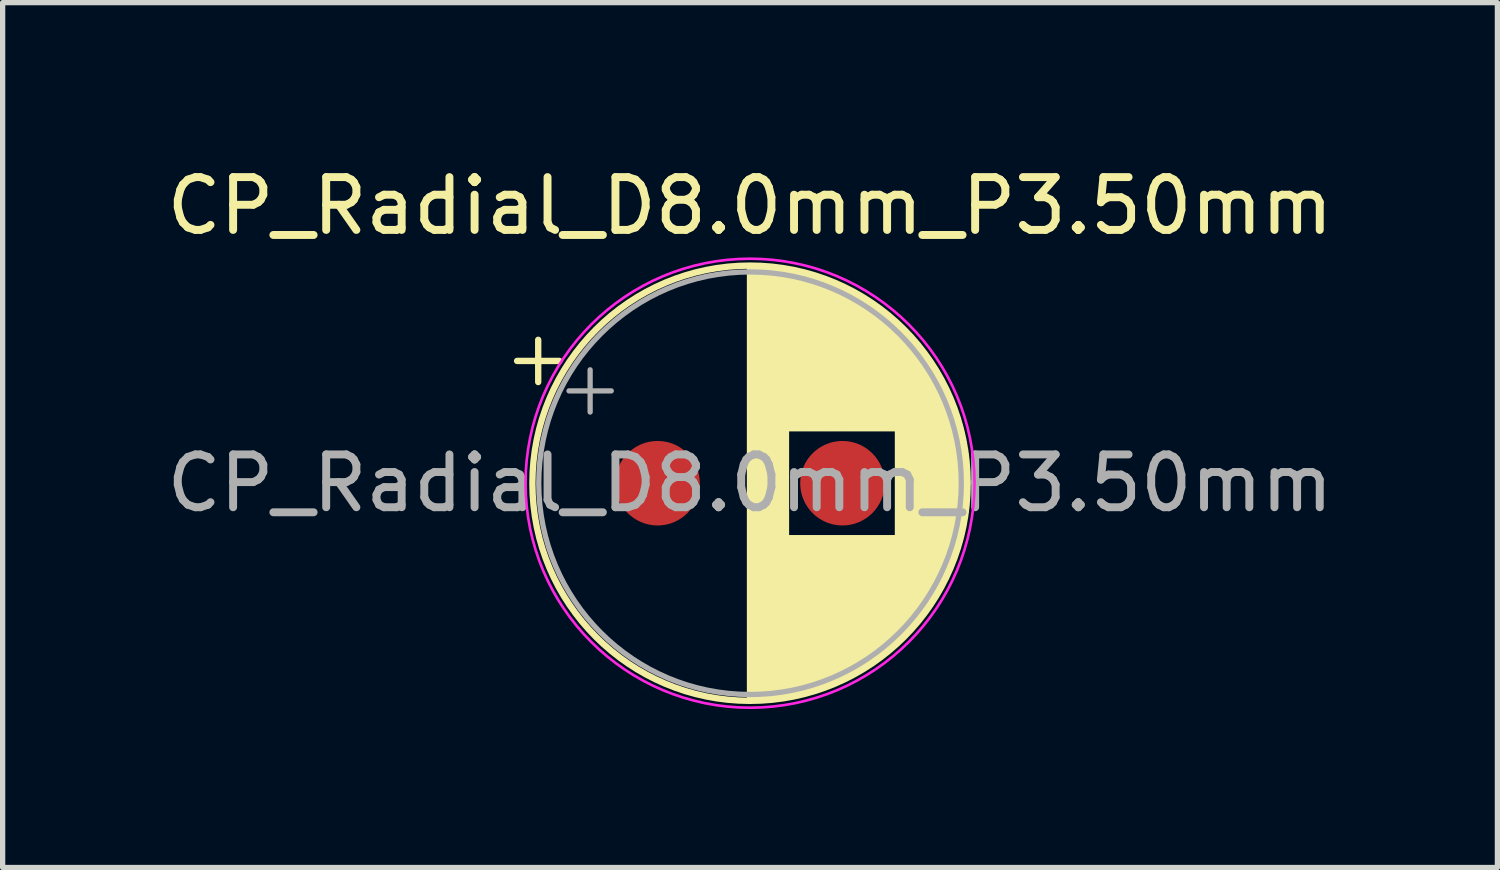
<source format=kicad_pcb>
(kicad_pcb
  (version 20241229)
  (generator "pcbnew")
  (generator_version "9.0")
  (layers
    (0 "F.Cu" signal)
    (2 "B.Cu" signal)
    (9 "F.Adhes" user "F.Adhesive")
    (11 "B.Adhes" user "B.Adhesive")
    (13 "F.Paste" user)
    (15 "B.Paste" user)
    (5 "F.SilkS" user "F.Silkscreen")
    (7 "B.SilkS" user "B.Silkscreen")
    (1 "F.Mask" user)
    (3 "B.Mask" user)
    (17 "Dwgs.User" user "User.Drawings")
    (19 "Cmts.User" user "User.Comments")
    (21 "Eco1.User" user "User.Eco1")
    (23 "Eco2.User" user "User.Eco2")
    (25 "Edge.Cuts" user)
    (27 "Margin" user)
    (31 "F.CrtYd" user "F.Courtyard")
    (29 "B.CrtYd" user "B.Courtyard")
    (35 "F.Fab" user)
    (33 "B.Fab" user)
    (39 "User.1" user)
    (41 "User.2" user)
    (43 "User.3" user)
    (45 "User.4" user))
  (footprint "CP_Radial_D8.0mm_P3.50mm"
    (layer "F.Cu")
    (at 9.399 6.098)
    (property "Reference" "CP_Radial_D8.0mm_P3.50mm" (at 1.75 -5.25 0) (layer "F.SilkS") (effects (font (size 1 1) (thickness 0.15))))
    (attr through_hole)
    (fp_line (start -2.66 -2.315) (end -1.86 -2.315) (stroke (width 0.12) (type solid)) (layer "F.SilkS"))
    (fp_line (start -2.26 -2.715) (end -2.26 -1.915) (stroke (width 0.12) (type solid)) (layer "F.SilkS"))
    (fp_line (start 1.75 -4.08) (end 1.75 4.08) (stroke (width 0.12) (type solid)) (layer "F.SilkS"))
    (fp_line (start 1.79 -4.08) (end 1.79 4.08) (stroke (width 0.12) (type solid)) (layer "F.SilkS"))
    (fp_line (start 1.83 -4.08) (end 1.83 4.08) (stroke (width 0.12) (type solid)) (layer "F.SilkS"))
    (fp_line (start 1.87 -4.079) (end 1.87 4.079) (stroke (width 0.12) (type solid)) (layer "F.SilkS"))
    (fp_line (start 1.91 -4.077) (end 1.91 4.077) (stroke (width 0.12) (type solid)) (layer "F.SilkS"))
    (fp_line (start 1.95 -4.076) (end 1.95 4.076) (stroke (width 0.12) (type solid)) (layer "F.SilkS"))
    (fp_line (start 1.99 -4.074) (end 1.99 4.074) (stroke (width 0.12) (type solid)) (layer "F.SilkS"))
    (fp_line (start 2.03 -4.071) (end 2.03 4.071) (stroke (width 0.12) (type solid)) (layer "F.SilkS"))
    (fp_line (start 2.07 -4.068) (end 2.07 4.068) (stroke (width 0.12) (type solid)) (layer "F.SilkS"))
    (fp_line (start 2.11 -4.065) (end 2.11 4.065) (stroke (width 0.12) (type solid)) (layer "F.SilkS"))
    (fp_line (start 2.15 -4.061) (end 2.15 4.061) (stroke (width 0.12) (type solid)) (layer "F.SilkS"))
    (fp_line (start 2.19 -4.057) (end 2.19 4.057) (stroke (width 0.12) (type solid)) (layer "F.SilkS"))
    (fp_line (start 2.23 -4.052) (end 2.23 4.052) (stroke (width 0.12) (type solid)) (layer "F.SilkS"))
    (fp_line (start 2.27 -4.048) (end 2.27 4.048) (stroke (width 0.12) (type solid)) (layer "F.SilkS"))
    (fp_line (start 2.31 -4.042) (end 2.31 4.042) (stroke (width 0.12) (type solid)) (layer "F.SilkS"))
    (fp_line (start 2.35 -4.037) (end 2.35 4.037) (stroke (width 0.12) (type solid)) (layer "F.SilkS"))
    (fp_line (start 2.39 -4.03) (end 2.39 4.03) (stroke (width 0.12) (type solid)) (layer "F.SilkS"))
    (fp_line (start 2.43 -4.024) (end 2.43 4.024) (stroke (width 0.12) (type solid)) (layer "F.SilkS"))
    (fp_line (start 2.471 -4.017) (end 2.471 -1.04) (stroke (width 0.12) (type solid)) (layer "F.SilkS"))
    (fp_line (start 2.471 1.04) (end 2.471 4.017) (stroke (width 0.12) (type solid)) (layer "F.SilkS"))
    (fp_line (start 2.511 -4.01) (end 2.511 -1.04) (stroke (width 0.12) (type solid)) (layer "F.SilkS"))
    (fp_line (start 2.511 1.04) (end 2.511 4.01) (stroke (width 0.12) (type solid)) (layer "F.SilkS"))
    (fp_line (start 2.551 -4.002) (end 2.551 -1.04) (stroke (width 0.12) (type solid)) (layer "F.SilkS"))
    (fp_line (start 2.551 1.04) (end 2.551 4.002) (stroke (width 0.12) (type solid)) (layer "F.SilkS"))
    (fp_line (start 2.591 -3.994) (end 2.591 -1.04) (stroke (width 0.12) (type solid)) (layer "F.SilkS"))
    (fp_line (start 2.591 1.04) (end 2.591 3.994) (stroke (width 0.12) (type solid)) (layer "F.SilkS"))
    (fp_line (start 2.631 -3.985) (end 2.631 -1.04) (stroke (width 0.12) (type solid)) (layer "F.SilkS"))
    (fp_line (start 2.631 1.04) (end 2.631 3.985) (stroke (width 0.12) (type solid)) (layer "F.SilkS"))
    (fp_line (start 2.671 -3.976) (end 2.671 -1.04) (stroke (width 0.12) (type solid)) (layer "F.SilkS"))
    (fp_line (start 2.671 1.04) (end 2.671 3.976) (stroke (width 0.12) (type solid)) (layer "F.SilkS"))
    (fp_line (start 2.711 -3.967) (end 2.711 -1.04) (stroke (width 0.12) (type solid)) (layer "F.SilkS"))
    (fp_line (start 2.711 1.04) (end 2.711 3.967) (stroke (width 0.12) (type solid)) (layer "F.SilkS"))
    (fp_line (start 2.751 -3.957) (end 2.751 -1.04) (stroke (width 0.12) (type solid)) (layer "F.SilkS"))
    (fp_line (start 2.751 1.04) (end 2.751 3.957) (stroke (width 0.12) (type solid)) (layer "F.SilkS"))
    (fp_line (start 2.791 -3.947) (end 2.791 -1.04) (stroke (width 0.12) (type solid)) (layer "F.SilkS"))
    (fp_line (start 2.791 1.04) (end 2.791 3.947) (stroke (width 0.12) (type solid)) (layer "F.SilkS"))
    (fp_line (start 2.831 -3.936) (end 2.831 -1.04) (stroke (width 0.12) (type solid)) (layer "F.SilkS"))
    (fp_line (start 2.831 1.04) (end 2.831 3.936) (stroke (width 0.12) (type solid)) (layer "F.SilkS"))
    (fp_line (start 2.871 -3.925) (end 2.871 -1.04) (stroke (width 0.12) (type solid)) (layer "F.SilkS"))
    (fp_line (start 2.871 1.04) (end 2.871 3.925) (stroke (width 0.12) (type solid)) (layer "F.SilkS"))
    (fp_line (start 2.911 -3.914) (end 2.911 -1.04) (stroke (width 0.12) (type solid)) (layer "F.SilkS"))
    (fp_line (start 2.911 1.04) (end 2.911 3.914) (stroke (width 0.12) (type solid)) (layer "F.SilkS"))
    (fp_line (start 2.951 -3.902) (end 2.951 -1.04) (stroke (width 0.12) (type solid)) (layer "F.SilkS"))
    (fp_line (start 2.951 1.04) (end 2.951 3.902) (stroke (width 0.12) (type solid)) (layer "F.SilkS"))
    (fp_line (start 2.991 -3.889) (end 2.991 -1.04) (stroke (width 0.12) (type solid)) (layer "F.SilkS"))
    (fp_line (start 2.991 1.04) (end 2.991 3.889) (stroke (width 0.12) (type solid)) (layer "F.SilkS"))
    (fp_line (start 3.031 -3.877) (end 3.031 -1.04) (stroke (width 0.12) (type solid)) (layer "F.SilkS"))
    (fp_line (start 3.031 1.04) (end 3.031 3.877) (stroke (width 0.12) (type solid)) (layer "F.SilkS"))
    (fp_line (start 3.071 -3.863) (end 3.071 -1.04) (stroke (width 0.12) (type solid)) (layer "F.SilkS"))
    (fp_line (start 3.071 1.04) (end 3.071 3.863) (stroke (width 0.12) (type solid)) (layer "F.SilkS"))
    (fp_line (start 3.111 -3.85) (end 3.111 -1.04) (stroke (width 0.12) (type solid)) (layer "F.SilkS"))
    (fp_line (start 3.111 1.04) (end 3.111 3.85) (stroke (width 0.12) (type solid)) (layer "F.SilkS"))
    (fp_line (start 3.151 -3.835) (end 3.151 -1.04) (stroke (width 0.12) (type solid)) (layer "F.SilkS"))
    (fp_line (start 3.151 1.04) (end 3.151 3.835) (stroke (width 0.12) (type solid)) (layer "F.SilkS"))
    (fp_line (start 3.191 -3.821) (end 3.191 -1.04) (stroke (width 0.12) (type solid)) (layer "F.SilkS"))
    (fp_line (start 3.191 1.04) (end 3.191 3.821) (stroke (width 0.12) (type solid)) (layer "F.SilkS"))
    (fp_line (start 3.231 -3.805) (end 3.231 -1.04) (stroke (width 0.12) (type solid)) (layer "F.SilkS"))
    (fp_line (start 3.231 1.04) (end 3.231 3.805) (stroke (width 0.12) (type solid)) (layer "F.SilkS"))
    (fp_line (start 3.271 -3.79) (end 3.271 -1.04) (stroke (width 0.12) (type solid)) (layer "F.SilkS"))
    (fp_line (start 3.271 1.04) (end 3.271 3.79) (stroke (width 0.12) (type solid)) (layer "F.SilkS"))
    (fp_line (start 3.311 -3.774) (end 3.311 -1.04) (stroke (width 0.12) (type solid)) (layer "F.SilkS"))
    (fp_line (start 3.311 1.04) (end 3.311 3.774) (stroke (width 0.12) (type solid)) (layer "F.SilkS"))
    (fp_line (start 3.351 -3.757) (end 3.351 -1.04) (stroke (width 0.12) (type solid)) (layer "F.SilkS"))
    (fp_line (start 3.351 1.04) (end 3.351 3.757) (stroke (width 0.12) (type solid)) (layer "F.SilkS"))
    (fp_line (start 3.391 -3.74) (end 3.391 -1.04) (stroke (width 0.12) (type solid)) (layer "F.SilkS"))
    (fp_line (start 3.391 1.04) (end 3.391 3.74) (stroke (width 0.12) (type solid)) (layer "F.SilkS"))
    (fp_line (start 3.431 -3.722) (end 3.431 -1.04) (stroke (width 0.12) (type solid)) (layer "F.SilkS"))
    (fp_line (start 3.431 1.04) (end 3.431 3.722) (stroke (width 0.12) (type solid)) (layer "F.SilkS"))
    (fp_line (start 3.471 -3.704) (end 3.471 -1.04) (stroke (width 0.12) (type solid)) (layer "F.SilkS"))
    (fp_line (start 3.471 1.04) (end 3.471 3.704) (stroke (width 0.12) (type solid)) (layer "F.SilkS"))
    (fp_line (start 3.511 -3.686) (end 3.511 -1.04) (stroke (width 0.12) (type solid)) (layer "F.SilkS"))
    (fp_line (start 3.511 1.04) (end 3.511 3.686) (stroke (width 0.12) (type solid)) (layer "F.SilkS"))
    (fp_line (start 3.551 -3.666) (end 3.551 -1.04) (stroke (width 0.12) (type solid)) (layer "F.SilkS"))
    (fp_line (start 3.551 1.04) (end 3.551 3.666) (stroke (width 0.12) (type solid)) (layer "F.SilkS"))
    (fp_line (start 3.591 -3.647) (end 3.591 -1.04) (stroke (width 0.12) (type solid)) (layer "F.SilkS"))
    (fp_line (start 3.591 1.04) (end 3.591 3.647) (stroke (width 0.12) (type solid)) (layer "F.SilkS"))
    (fp_line (start 3.631 -3.627) (end 3.631 -1.04) (stroke (width 0.12) (type solid)) (layer "F.SilkS"))
    (fp_line (start 3.631 1.04) (end 3.631 3.627) (stroke (width 0.12) (type solid)) (layer "F.SilkS"))
    (fp_line (start 3.671 -3.606) (end 3.671 -1.04) (stroke (width 0.12) (type solid)) (layer "F.SilkS"))
    (fp_line (start 3.671 1.04) (end 3.671 3.606) (stroke (width 0.12) (type solid)) (layer "F.SilkS"))
    (fp_line (start 3.711 -3.584) (end 3.711 -1.04) (stroke (width 0.12) (type solid)) (layer "F.SilkS"))
    (fp_line (start 3.711 1.04) (end 3.711 3.584) (stroke (width 0.12) (type solid)) (layer "F.SilkS"))
    (fp_line (start 3.751 -3.562) (end 3.751 -1.04) (stroke (width 0.12) (type solid)) (layer "F.SilkS"))
    (fp_line (start 3.751 1.04) (end 3.751 3.562) (stroke (width 0.12) (type solid)) (layer "F.SilkS"))
    (fp_line (start 3.791 -3.54) (end 3.791 -1.04) (stroke (width 0.12) (type solid)) (layer "F.SilkS"))
    (fp_line (start 3.791 1.04) (end 3.791 3.54) (stroke (width 0.12) (type solid)) (layer "F.SilkS"))
    (fp_line (start 3.831 -3.517) (end 3.831 -1.04) (stroke (width 0.12) (type solid)) (layer "F.SilkS"))
    (fp_line (start 3.831 1.04) (end 3.831 3.517) (stroke (width 0.12) (type solid)) (layer "F.SilkS"))
    (fp_line (start 3.871 -3.493) (end 3.871 -1.04) (stroke (width 0.12) (type solid)) (layer "F.SilkS"))
    (fp_line (start 3.871 1.04) (end 3.871 3.493) (stroke (width 0.12) (type solid)) (layer "F.SilkS"))
    (fp_line (start 3.911 -3.469) (end 3.911 -1.04) (stroke (width 0.12) (type solid)) (layer "F.SilkS"))
    (fp_line (start 3.911 1.04) (end 3.911 3.469) (stroke (width 0.12) (type solid)) (layer "F.SilkS"))
    (fp_line (start 3.951 -3.444) (end 3.951 -1.04) (stroke (width 0.12) (type solid)) (layer "F.SilkS"))
    (fp_line (start 3.951 1.04) (end 3.951 3.444) (stroke (width 0.12) (type solid)) (layer "F.SilkS"))
    (fp_line (start 3.991 -3.418) (end 3.991 -1.04) (stroke (width 0.12) (type solid)) (layer "F.SilkS"))
    (fp_line (start 3.991 1.04) (end 3.991 3.418) (stroke (width 0.12) (type solid)) (layer "F.SilkS"))
    (fp_line (start 4.031 -3.392) (end 4.031 -1.04) (stroke (width 0.12) (type solid)) (layer "F.SilkS"))
    (fp_line (start 4.031 1.04) (end 4.031 3.392) (stroke (width 0.12) (type solid)) (layer "F.SilkS"))
    (fp_line (start 4.071 -3.365) (end 4.071 -1.04) (stroke (width 0.12) (type solid)) (layer "F.SilkS"))
    (fp_line (start 4.071 1.04) (end 4.071 3.365) (stroke (width 0.12) (type solid)) (layer "F.SilkS"))
    (fp_line (start 4.111 -3.338) (end 4.111 -1.04) (stroke (width 0.12) (type solid)) (layer "F.SilkS"))
    (fp_line (start 4.111 1.04) (end 4.111 3.338) (stroke (width 0.12) (type solid)) (layer "F.SilkS"))
    (fp_line (start 4.151 -3.309) (end 4.151 -1.04) (stroke (width 0.12) (type solid)) (layer "F.SilkS"))
    (fp_line (start 4.151 1.04) (end 4.151 3.309) (stroke (width 0.12) (type solid)) (layer "F.SilkS"))
    (fp_line (start 4.191 -3.28) (end 4.191 -1.04) (stroke (width 0.12) (type solid)) (layer "F.SilkS"))
    (fp_line (start 4.191 1.04) (end 4.191 3.28) (stroke (width 0.12) (type solid)) (layer "F.SilkS"))
    (fp_line (start 4.231 -3.25) (end 4.231 -1.04) (stroke (width 0.12) (type solid)) (layer "F.SilkS"))
    (fp_line (start 4.231 1.04) (end 4.231 3.25) (stroke (width 0.12) (type solid)) (layer "F.SilkS"))
    (fp_line (start 4.271 -3.22) (end 4.271 -1.04) (stroke (width 0.12) (type solid)) (layer "F.SilkS"))
    (fp_line (start 4.271 1.04) (end 4.271 3.22) (stroke (width 0.12) (type solid)) (layer "F.SilkS"))
    (fp_line (start 4.311 -3.189) (end 4.311 -1.04) (stroke (width 0.12) (type solid)) (layer "F.SilkS"))
    (fp_line (start 4.311 1.04) (end 4.311 3.189) (stroke (width 0.12) (type solid)) (layer "F.SilkS"))
    (fp_line (start 4.351 -3.156) (end 4.351 -1.04) (stroke (width 0.12) (type solid)) (layer "F.SilkS"))
    (fp_line (start 4.351 1.04) (end 4.351 3.156) (stroke (width 0.12) (type solid)) (layer "F.SilkS"))
    (fp_line (start 4.391 -3.124) (end 4.391 -1.04) (stroke (width 0.12) (type solid)) (layer "F.SilkS"))
    (fp_line (start 4.391 1.04) (end 4.391 3.124) (stroke (width 0.12) (type solid)) (layer "F.SilkS"))
    (fp_line (start 4.431 -3.09) (end 4.431 -1.04) (stroke (width 0.12) (type solid)) (layer "F.SilkS"))
    (fp_line (start 4.431 1.04) (end 4.431 3.09) (stroke (width 0.12) (type solid)) (layer "F.SilkS"))
    (fp_line (start 4.471 -3.055) (end 4.471 -1.04) (stroke (width 0.12) (type solid)) (layer "F.SilkS"))
    (fp_line (start 4.471 1.04) (end 4.471 3.055) (stroke (width 0.12) (type solid)) (layer "F.SilkS"))
    (fp_line (start 4.511 -3.019) (end 4.511 -1.04) (stroke (width 0.12) (type solid)) (layer "F.SilkS"))
    (fp_line (start 4.511 1.04) (end 4.511 3.019) (stroke (width 0.12) (type solid)) (layer "F.SilkS"))
    (fp_line (start 4.551 -2.983) (end 4.551 2.983) (stroke (width 0.12) (type solid)) (layer "F.SilkS"))
    (fp_line (start 4.591 -2.945) (end 4.591 2.945) (stroke (width 0.12) (type solid)) (layer "F.SilkS"))
    (fp_line (start 4.631 -2.907) (end 4.631 2.907) (stroke (width 0.12) (type solid)) (layer "F.SilkS"))
    (fp_line (start 4.671 -2.867) (end 4.671 2.867) (stroke (width 0.12) (type solid)) (layer "F.SilkS"))
    (fp_line (start 4.711 -2.826) (end 4.711 2.826) (stroke (width 0.12) (type solid)) (layer "F.SilkS"))
    (fp_line (start 4.751 -2.784) (end 4.751 2.784) (stroke (width 0.12) (type solid)) (layer "F.SilkS"))
    (fp_line (start 4.791 -2.741) (end 4.791 2.741) (stroke (width 0.12) (type solid)) (layer "F.SilkS"))
    (fp_line (start 4.831 -2.697) (end 4.831 2.697) (stroke (width 0.12) (type solid)) (layer "F.SilkS"))
    (fp_line (start 4.871 -2.651) (end 4.871 2.651) (stroke (width 0.12) (type solid)) (layer "F.SilkS"))
    (fp_line (start 4.911 -2.604) (end 4.911 2.604) (stroke (width 0.12) (type solid)) (layer "F.SilkS"))
    (fp_line (start 4.951 -2.556) (end 4.951 2.556) (stroke (width 0.12) (type solid)) (layer "F.SilkS"))
    (fp_line (start 4.991 -2.505) (end 4.991 2.505) (stroke (width 0.12) (type solid)) (layer "F.SilkS"))
    (fp_line (start 5.031 -2.454) (end 5.031 2.454) (stroke (width 0.12) (type solid)) (layer "F.SilkS"))
    (fp_line (start 5.071 -2.4) (end 5.071 2.4) (stroke (width 0.12) (type solid)) (layer "F.SilkS"))
    (fp_line (start 5.111 -2.345) (end 5.111 2.345) (stroke (width 0.12) (type solid)) (layer "F.SilkS"))
    (fp_line (start 5.151 -2.287) (end 5.151 2.287) (stroke (width 0.12) (type solid)) (layer "F.SilkS"))
    (fp_line (start 5.191 -2.228) (end 5.191 2.228) (stroke (width 0.12) (type solid)) (layer "F.SilkS"))
    (fp_line (start 5.231 -2.166) (end 5.231 2.166) (stroke (width 0.12) (type solid)) (layer "F.SilkS"))
    (fp_line (start 5.271 -2.102) (end 5.271 2.102) (stroke (width 0.12) (type solid)) (layer "F.SilkS"))
    (fp_line (start 5.311 -2.034) (end 5.311 2.034) (stroke (width 0.12) (type solid)) (layer "F.SilkS"))
    (fp_line (start 5.351 -1.964) (end 5.351 1.964) (stroke (width 0.12) (type solid)) (layer "F.SilkS"))
    (fp_line (start 5.391 -1.89) (end 5.391 1.89) (stroke (width 0.12) (type solid)) (layer "F.SilkS"))
    (fp_line (start 5.431 -1.813) (end 5.431 1.813) (stroke (width 0.12) (type solid)) (layer "F.SilkS"))
    (fp_line (start 5.471 -1.731) (end 5.471 1.731) (stroke (width 0.12) (type solid)) (layer "F.SilkS"))
    (fp_line (start 5.511 -1.645) (end 5.511 1.645) (stroke (width 0.12) (type solid)) (layer "F.SilkS"))
    (fp_line (start 5.551 -1.552) (end 5.551 1.552) (stroke (width 0.12) (type solid)) (layer "F.SilkS"))
    (fp_line (start 5.591 -1.453) (end 5.591 1.453) (stroke (width 0.12) (type solid)) (layer "F.SilkS"))
    (fp_line (start 5.631 -1.346) (end 5.631 1.346) (stroke (width 0.12) (type solid)) (layer "F.SilkS"))
    (fp_line (start 5.671 -1.229) (end 5.671 1.229) (stroke (width 0.12) (type solid)) (layer "F.SilkS"))
    (fp_line (start 5.711 -1.098) (end 5.711 1.098) (stroke (width 0.12) (type solid)) (layer "F.SilkS"))
    (fp_line (start 5.751 -0.948) (end 5.751 0.948) (stroke (width 0.12) (type solid)) (layer "F.SilkS"))
    (fp_line (start 5.791 -0.768) (end 5.791 0.768) (stroke (width 0.12) (type solid)) (layer "F.SilkS"))
    (fp_line (start 5.831 -0.533) (end 5.831 0.533) (stroke (width 0.12) (type solid)) (layer "F.SilkS"))
    (fp_circle (center 1.75 0) (end 5.87 0) (stroke (width 0.12) (type solid)) (fill no) (layer "F.SilkS"))
    (fp_circle (center 1.75 0) (end 6 0) (stroke (width 0.05) (type solid)) (fill no) (layer "F.CrtYd"))
    (fp_line (start -1.677 -1.748) (end -0.877 -1.748) (stroke (width 0.1) (type solid)) (layer "F.Fab"))
    (fp_line (start -1.277 -2.147) (end -1.277 -1.347) (stroke (width 0.1) (type solid)) (layer "F.Fab"))
    (fp_circle (center 1.75 0) (end 5.75 0) (stroke (width 0.1) (type solid)) (fill no) (layer "F.Fab"))
    (fp_text user "${REFERENCE}" (at 1.75 0 0) (layer "F.Fab") (effects (font (size 1 1) (thickness 0.15))))
    (pad "1" smd circle (at 0 0) (size 1.6 1.6) (layers "F.Cu" "F.Mask" "F.Paste"))
    (pad "2" smd circle (at 3.5 0) (size 1.6 1.6) (layers "F.Cu" "F.Mask" "F.Paste")))
  (gr_rect
    (start -3 -3)
    (end 25.298 13.373)
    (stroke (width 0.1) (type default))
    (fill no)
    (layer "Edge.Cuts")))
</source>
